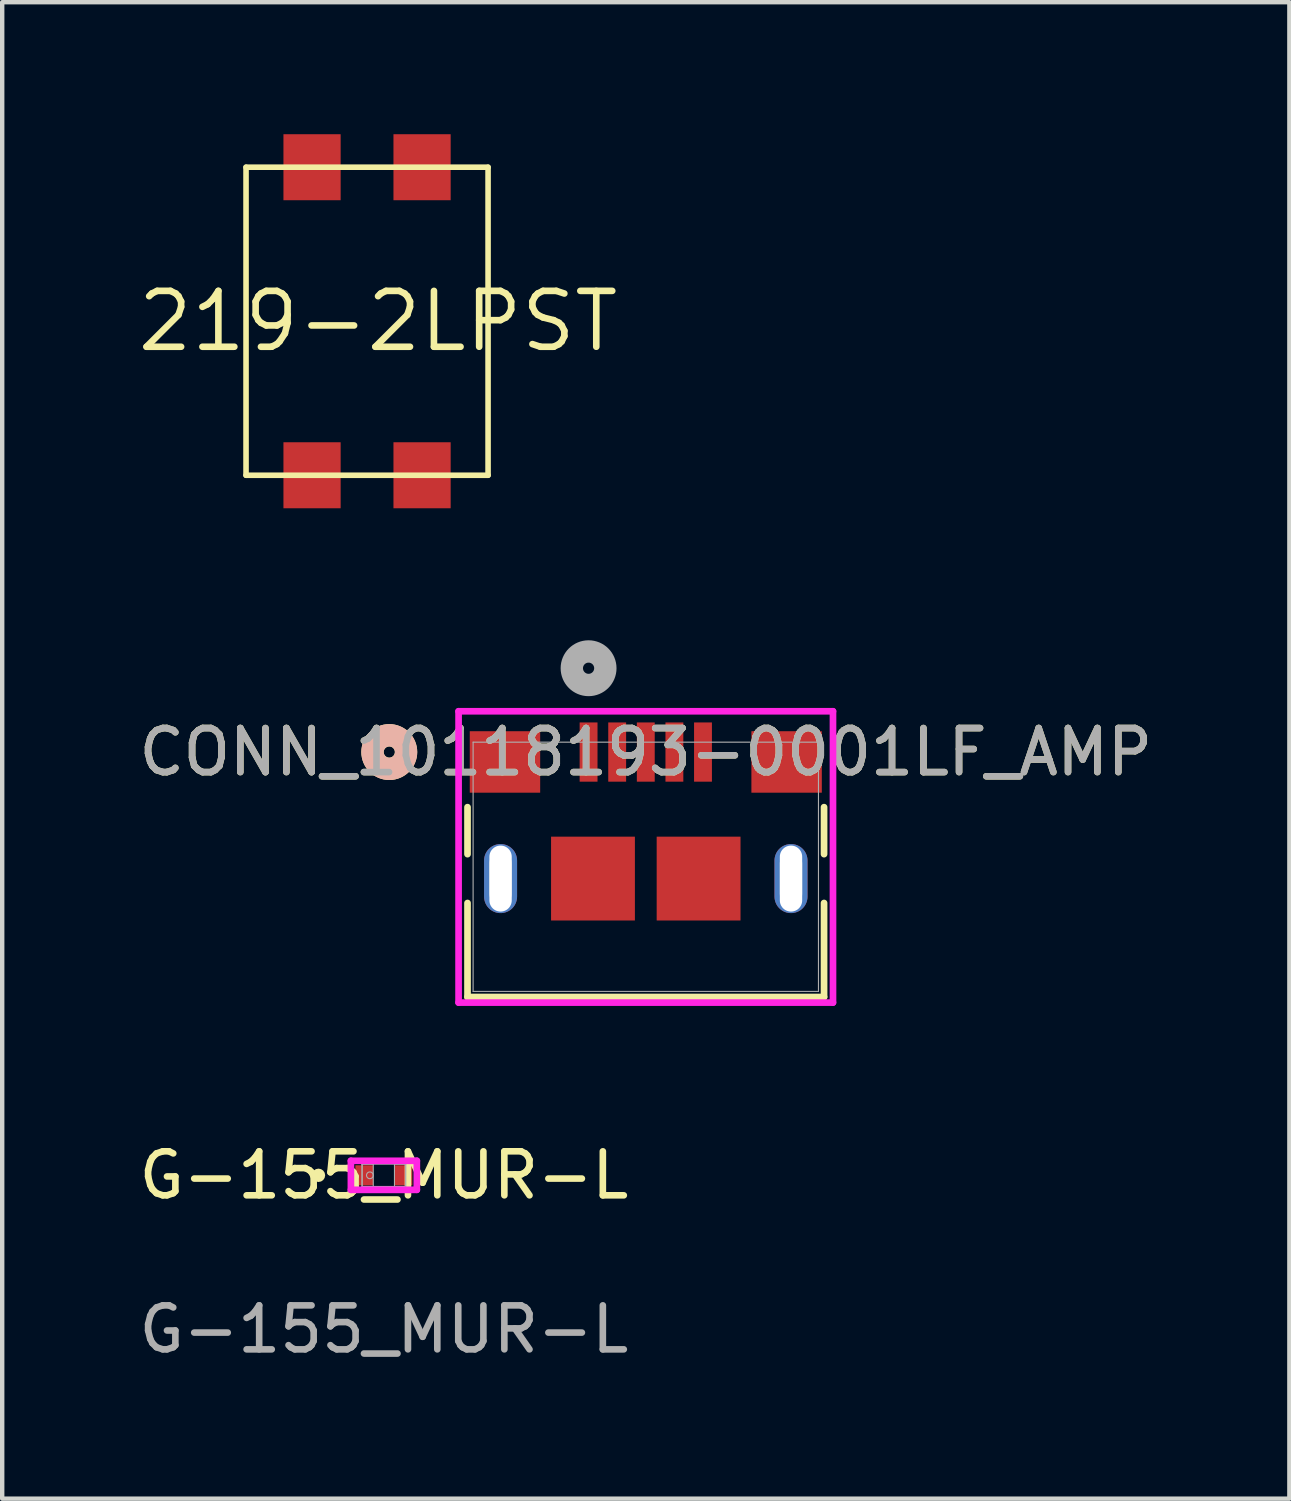
<source format=kicad_pcb>
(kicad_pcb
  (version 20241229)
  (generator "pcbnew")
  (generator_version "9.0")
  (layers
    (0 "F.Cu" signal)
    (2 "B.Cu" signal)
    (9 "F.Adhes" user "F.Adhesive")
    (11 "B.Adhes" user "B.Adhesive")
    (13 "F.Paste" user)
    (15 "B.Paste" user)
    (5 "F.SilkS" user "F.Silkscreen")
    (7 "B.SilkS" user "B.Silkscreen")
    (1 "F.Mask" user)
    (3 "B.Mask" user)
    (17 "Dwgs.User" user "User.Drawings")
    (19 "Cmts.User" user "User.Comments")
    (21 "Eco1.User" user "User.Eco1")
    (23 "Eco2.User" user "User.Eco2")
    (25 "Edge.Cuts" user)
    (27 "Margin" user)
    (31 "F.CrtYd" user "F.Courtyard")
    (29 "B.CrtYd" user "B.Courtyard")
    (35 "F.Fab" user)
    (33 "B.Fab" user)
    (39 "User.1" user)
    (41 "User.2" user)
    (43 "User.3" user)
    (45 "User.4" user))
  (footprint "219-2LPST"
    (layer "F.Cu")
    (at 5.541 4.25)
    (property "Reference" "219-2LPST" (at 0 0 0) (unlocked yes) (layer "F.SilkS") (effects (font (size 1.27 1.27) (thickness 0.15))))
    (fp_line (start -3 -3.5) (end -3 3.5) (stroke (width 0.127) (type solid)) (layer "F.SilkS"))
    (fp_line (start -3 3.5) (end 2.5 3.5) (stroke (width 0.127) (type solid)) (layer "F.SilkS"))
    (fp_line (start 2.5 -3.5) (end -3 -3.5) (stroke (width 0.127) (type solid)) (layer "F.SilkS"))
    (fp_line (start 2.5 3.5) (end 2.5 -3.5) (stroke (width 0.127) (type solid)) (layer "F.SilkS"))
    (pad "P$1" smd rect (at -1.5 -3.5) (size 1.3 1.5) (layers "F.Cu" "F.Mask" "F.Paste"))
    (pad "P$2" smd rect (at -1.5 3.5) (size 1.3 1.5) (layers "F.Cu" "F.Mask" "F.Paste"))
    (pad "P$3" smd rect (at 1 3.5) (size 1.3 1.5) (layers "F.Cu" "F.Mask" "F.Paste"))
    (pad "P$4" smd rect (at 1 -3.5) (size 1.3 1.5) (layers "F.Cu" "F.Mask" "F.Paste")))
  (footprint "CONN_10118193-0001LF_AMP"
    (layer "F.Cu")
    (at 11.625 16.647)
    (property "Reference" "CONN_10118193-0001LF_AMP" (at 0 -2.607 0) (unlocked yes) (layer "F.SilkS") (effects (font (size 1 1) (thickness 0.15))))
    (attr smd)
    (fp_line (start -4.051 -1.355) (end -4.051 -0.287) (stroke (width 0.152) (type solid)) (layer "F.SilkS"))
    (fp_line (start -4.051 0.823) (end -4.051 2.959) (stroke (width 0.152) (type solid)) (layer "F.SilkS"))
    (fp_line (start -4.051 2.959) (end 4.051 2.959) (stroke (width 0.152) (type solid)) (layer "F.SilkS"))
    (fp_line (start 4.051 -0.287) (end 4.051 -1.355) (stroke (width 0.152) (type solid)) (layer "F.SilkS"))
    (fp_line (start 4.051 2.959) (end 4.051 0.823) (stroke (width 0.152) (type solid)) (layer "F.SilkS"))
    (fp_circle (center -5.829 -2.607) (end -5.448 -2.607) (stroke (width 0.508) (type solid)) (fill no) (layer "F.SilkS"))
    (fp_circle (center -5.829 -2.607) (end -5.448 -2.607) (stroke (width 0.508) (type solid)) (fill no) (layer "B.SilkS"))
    (fp_line (start -3.3 0.611) (end -3.3 -0.075) (stroke (width 0.508) (type solid)) (layer "Edge.Cuts"))
    (fp_line (start 3.3 0.611) (end 3.3 -0.075) (stroke (width 0.508) (type solid)) (layer "Edge.Cuts"))
    (fp_line (start -4.254 -3.534) (end -4.254 3.086) (stroke (width 0.152) (type solid)) (layer "F.CrtYd"))
    (fp_line (start -4.254 3.086) (end 4.254 3.086) (stroke (width 0.152) (type solid)) (layer "F.CrtYd"))
    (fp_line (start 4.254 -3.534) (end -4.254 -3.534) (stroke (width 0.152) (type solid)) (layer "F.CrtYd"))
    (fp_line (start 4.254 3.086) (end 4.254 -3.534) (stroke (width 0.152) (type solid)) (layer "F.CrtYd"))
    (fp_line (start -3.924 -2.832) (end -3.924 2.832) (stroke (width 0.025) (type solid)) (layer "F.Fab"))
    (fp_line (start -3.924 2.832) (end 3.924 2.832) (stroke (width 0.025) (type solid)) (layer "F.Fab"))
    (fp_line (start 3.924 -2.832) (end -3.924 -2.832) (stroke (width 0.025) (type solid)) (layer "F.Fab"))
    (fp_line (start 3.924 2.832) (end 3.924 -2.832) (stroke (width 0.025) (type solid)) (layer "F.Fab"))
    (fp_circle (center -1.3 -4.512) (end -0.919 -4.512) (stroke (width 0.508) (type solid)) (fill no) (layer "F.Fab"))
    (fp_text user "${REFERENCE}" (at 0 -2.607 0) (unlocked yes) (layer "F.Fab") (effects (font (size 1 1) (thickness 0.15))))
    (pad "1" smd rect (at -1.3 -2.607) (size 0.406 1.346) (layers "F.Cu" "F.Mask" "F.Paste"))
    (pad "2" smd rect (at -0.65 -2.607) (size 0.406 1.346) (layers "F.Cu" "F.Mask" "F.Paste"))
    (pad "3" smd rect (at 0 -2.607) (size 0.406 1.346) (layers "F.Cu" "F.Mask" "F.Paste"))
    (pad "4" smd rect (at 0.65 -2.607) (size 0.406 1.346) (layers "F.Cu" "F.Mask" "F.Paste"))
    (pad "5" smd rect (at 1.3 -2.607) (size 0.406 1.346) (layers "F.Cu" "F.Mask" "F.Paste"))
    (pad "6" smd rect (at -3.2 -2.382) (size 1.6 1.397) (layers "F.Cu" "F.Mask" "F.Paste"))
    (pad "7" smd rect (at 3.2 -2.382) (size 1.6 1.397) (layers "F.Cu" "F.Mask" "F.Paste"))
    (pad "8" smd rect (at -1.2 0.268) (size 1.905 1.905) (layers "F.Cu" "F.Mask" "F.Paste"))
    (pad "9" smd rect (at 1.2 0.268) (size 1.905 1.905) (layers "F.Cu" "F.Mask" "F.Paste"))
    (pad "12" thru_hole oval (at -3.3 0.268) (size 0.75 1.57) (drill oval 0.508 1.5) (layers "*.Cu" "*.Mask"))
    (pad "12" thru_hole oval (at 3.3 0.268) (size 0.75 1.57) (drill oval 0.508 1.5) (layers "*.Cu" "*.Mask")))
  (footprint "G-155_MUR-L"
    (layer "F.Cu")
    (at 5.673 23.658)
    (property "Reference" "G-155_MUR-L" (at 0 0 0) (unlocked yes) (layer "F.SilkS") (effects (font (size 1 1) (thickness 0.15))))
    (attr smd)
    (fp_circle (center -1.486 0) (end -1.41 0) (stroke (width 0.152) (type solid)) (fill no) (layer "F.SilkS"))
    (fp_line (start -0.749 -0.33) (end 0.749 -0.33) (stroke (width 0.152) (type solid)) (layer "F.CrtYd"))
    (fp_line (start -0.749 0.33) (end -0.749 -0.33) (stroke (width 0.152) (type solid)) (layer "F.CrtYd"))
    (fp_line (start 0.749 -0.33) (end 0.749 0.33) (stroke (width 0.152) (type solid)) (layer "F.CrtYd"))
    (fp_line (start 0.749 0.33) (end -0.749 0.33) (stroke (width 0.152) (type solid)) (layer "F.CrtYd"))
    (fp_line (start -0.495 -0.254) (end -0.495 0.254) (stroke (width 0.025) (type solid)) (layer "F.Fab"))
    (fp_line (start -0.495 -0.254) (end -0.495 0.254) (stroke (width 0.025) (type solid)) (layer "F.Fab"))
    (fp_line (start -0.495 0.254) (end -0.241 0.254) (stroke (width 0.025) (type solid)) (layer "F.Fab"))
    (fp_line (start -0.495 0.254) (end 0.495 0.254) (stroke (width 0.025) (type solid)) (layer "F.Fab"))
    (fp_line (start -0.241 -0.254) (end -0.495 -0.254) (stroke (width 0.025) (type solid)) (layer "F.Fab"))
    (fp_line (start -0.241 0.254) (end -0.241 -0.254) (stroke (width 0.025) (type solid)) (layer "F.Fab"))
    (fp_line (start 0.241 -0.254) (end 0.241 0.254) (stroke (width 0.025) (type solid)) (layer "F.Fab"))
    (fp_line (start 0.241 0.254) (end 0.495 0.254) (stroke (width 0.025) (type solid)) (layer "F.Fab"))
    (fp_line (start 0.495 -0.254) (end -0.495 -0.254) (stroke (width 0.025) (type solid)) (layer "F.Fab"))
    (fp_line (start 0.495 -0.254) (end 0.241 -0.254) (stroke (width 0.025) (type solid)) (layer "F.Fab"))
    (fp_line (start 0.495 0.254) (end 0.495 -0.254) (stroke (width 0.025) (type solid)) (layer "F.Fab"))
    (fp_line (start 0.495 0.254) (end 0.495 -0.254) (stroke (width 0.025) (type solid)) (layer "F.Fab"))
    (fp_circle (center -0.318 0) (end -0.241 0) (stroke (width 0.025) (type solid)) (fill no) (layer "F.Fab"))
    (fp_text user "${REFERENCE}" (at 0 3.5 0) (unlocked yes) (layer "F.Fab") (effects (font (size 1 1) (thickness 0.15))))
    (pad "1" smd rect (at -0.445 0) (size 0.406 0.457) (layers "F.Cu" "F.Mask" "F.Paste"))
    (pad "2" smd rect (at 0.445 0) (size 0.406 0.457) (layers "F.Cu" "F.Mask" "F.Paste"))
    (zone (net_name "") (layer "F.Cu") (hatch full 0.508) (connect_pads) (min_thickness 0.254) (filled_areas_thickness no) (keepout (tracks not_allowed) (vias not_allowed) (pads allowed) (copperpour not_allowed) (footprints allowed)) (placement (enabled no)) (fill) (polygon (pts (xy 5.482 23.454) (xy 5.863 23.454) (xy 5.863 23.861) (xy 5.482 23.861)))))
  (gr_rect
    (start -3 -3)
    (end 26.25 31.006)
    (stroke (width 0.1) (type default))
    (fill no)
    (layer "Edge.Cuts")))
</source>
